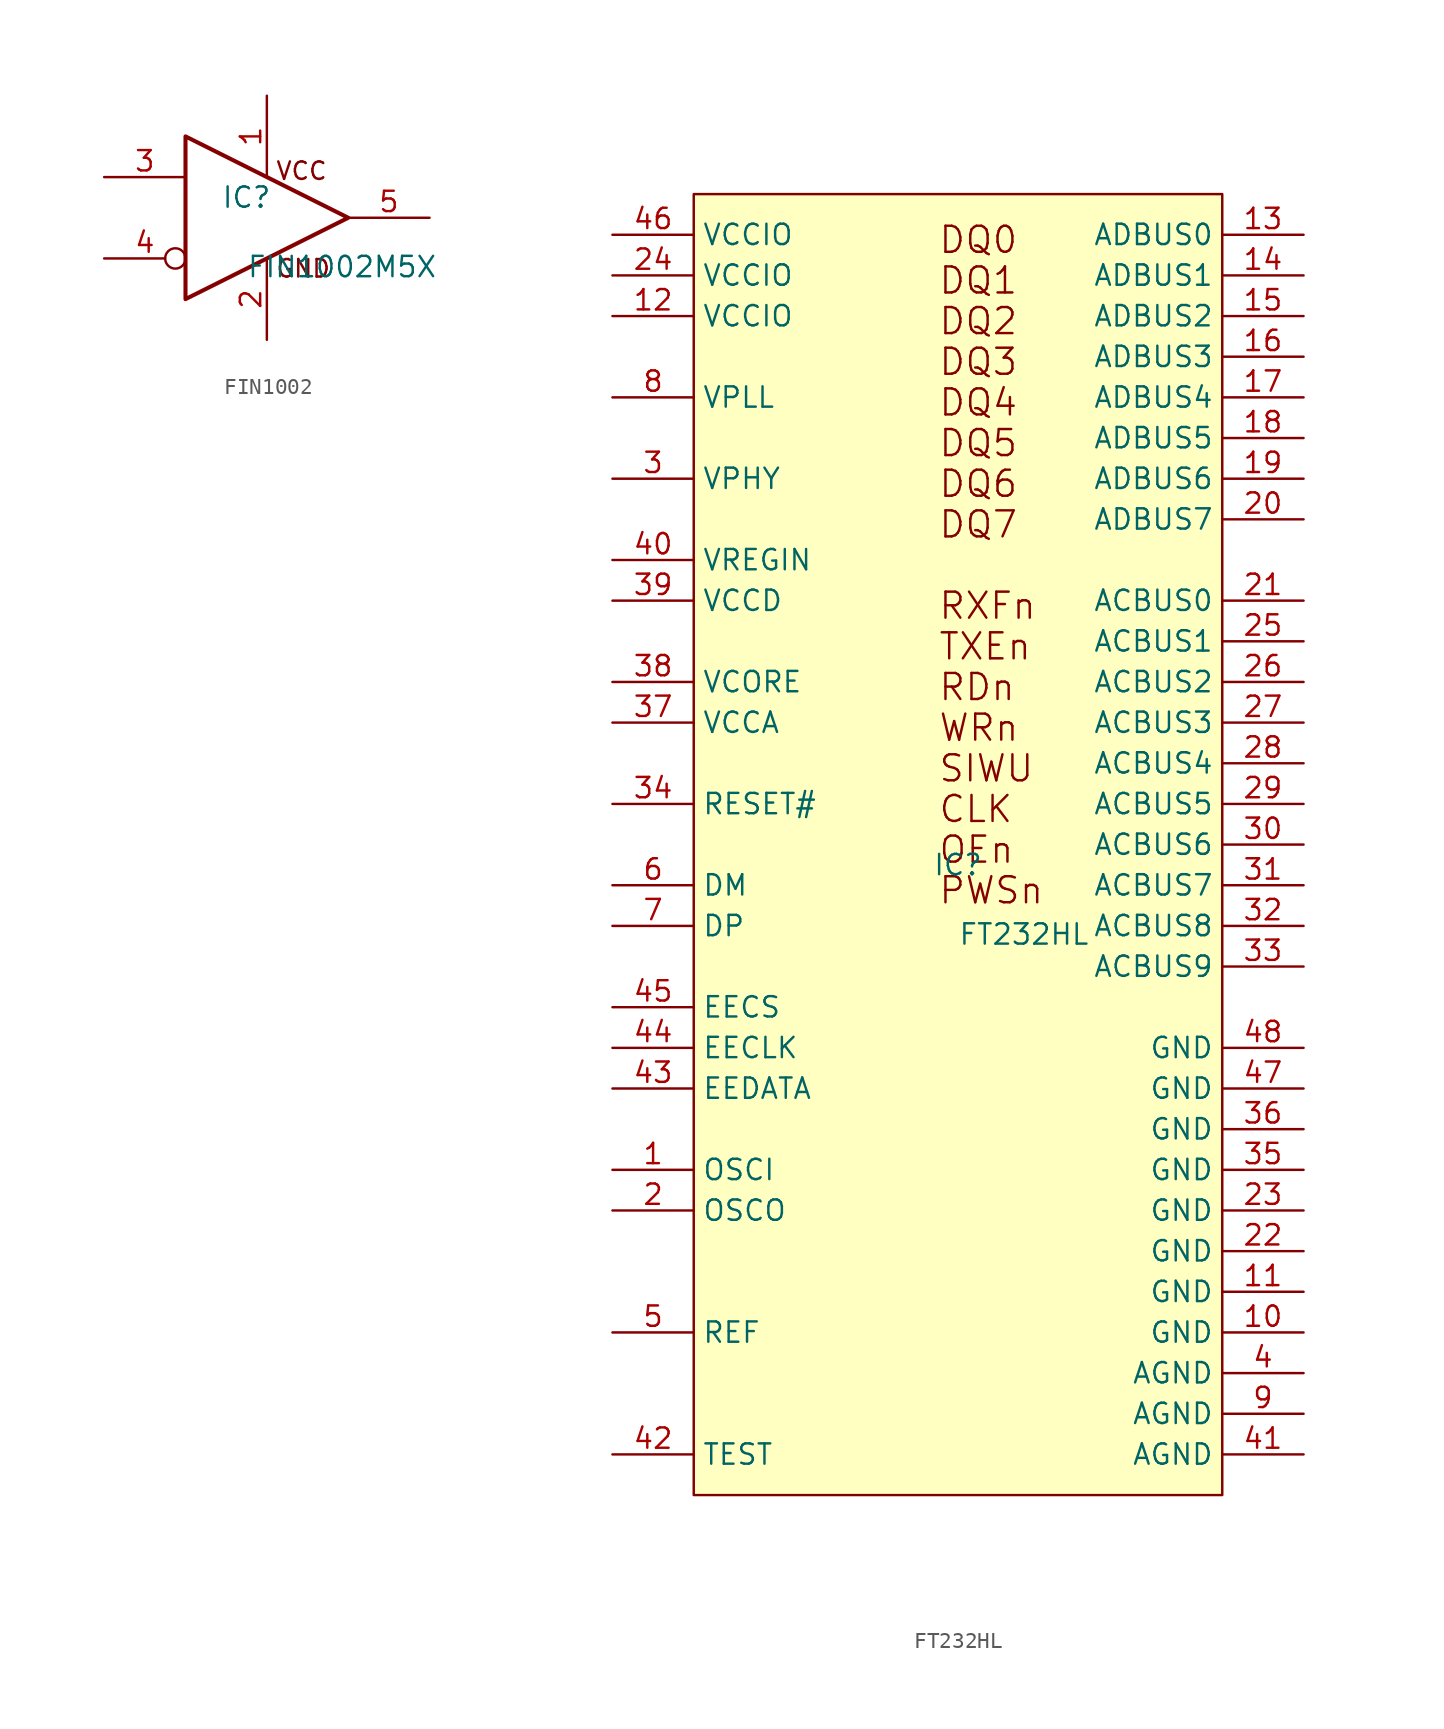
<source format=kicad_sym>
(kicad_symbol_lib
  (version 20231120)
  (generator "kicad_symbol_editor")
  (generator_version "8.0")
  (symbol "FIN1002"
    (property "Reference" "IC"
      (at -1.27 1.27 0)
      (effects (font (size 1.27 1.27))))
    (property "Value" "FIN1002M5X"
      (at -1.27 -3.81 0)
      (effects (font (size 1.27 1.27)) (justify left bottom)))
    (symbol "FIN1002_1_0"
      (polyline (pts (xy -5.08 5.08) (xy -5.08 -5.08) (xy 5.08 0) (xy -5.08 5.08)) (stroke (width 0.254) (type solid)) (fill (type none)))
      (text "GND" (at 0.508 -3.81 0) (effects (font (size 1.092 1.092)) (justify left bottom)))
      (text "VCC" (at 0.508 2.286 0) (effects (font (size 1.092 1.092)) (justify left bottom)))
      (pin power_in line (at 0 7.62 270) (length 5.08) (name "VCC" (effects (font (size 0 0)))) (number "1" (effects (font (size 1.27 1.27)))))
      (pin power_in line (at 0 -7.62 90) (length 5.08) (name "" (effects (font (size 0 0)))) (number "2" (effects (font (size 1.27 1.27)))))
      (pin input line (at -10.16 2.54 0) (length 5.08) (name "" (effects (font (size 0 0)))) (number "3" (effects (font (size 1.27 1.27)))))
      (pin input inverted (at -10.16 -2.54 0) (length 5.08) (name "" (effects (font (size 0 0)))) (number "4" (effects (font (size 1.27 1.27)))))
      (pin output line (at 10.16 0 180) (length 5.08) (name "" (effects (font (size 0 0)))) (number "5" (effects (font (size 1.27 1.27)))))))
  (symbol "FT232HL"
    (property "Reference" "IC"
      (at -1.27 1.27 0)
      (effects (font (size 1.27 1.27))))
    (property "Value" "FT232HL"
      (at -1.27 -3.81 0)
      (effects (font (size 1.27 1.27)) (justify left bottom)))
    (symbol "FT232HL_1_0"
      (rectangle (start -17.78 43.18) (end 15.24 -38.1) (stroke (width 0) (type solid) (color 128 0 0 1)) (fill (type background)))
      (text "CLK" (at -2.54 3.81 0) (effects (font (size 1.626 1.626)) (justify left bottom)))
      (text "DQ0" (at -2.54 39.37 0) (effects (font (size 1.626 1.626)) (justify left bottom)))
      (text "DQ1" (at -2.54 36.83 0) (effects (font (size 1.626 1.626)) (justify left bottom)))
      (text "DQ2" (at -2.54 34.29 0) (effects (font (size 1.626 1.626)) (justify left bottom)))
      (text "DQ3" (at -2.54 31.75 0) (effects (font (size 1.626 1.626)) (justify left bottom)))
      (text "DQ4" (at -2.54 29.21 0) (effects (font (size 1.626 1.626)) (justify left bottom)))
      (text "DQ5" (at -2.54 26.67 0) (effects (font (size 1.626 1.626)) (justify left bottom)))
      (text "DQ6" (at -2.54 24.13 0) (effects (font (size 1.626 1.626)) (justify left bottom)))
      (text "DQ7" (at -2.54 21.59 0) (effects (font (size 1.626 1.626)) (justify left bottom)))
      (text "OEn" (at -2.54 1.27 0) (effects (font (size 1.626 1.626)) (justify left bottom)))
      (text "PWSn" (at -2.54 -1.27 0) (effects (font (size 1.626 1.626)) (justify left bottom)))
      (text "RDn" (at -2.54 11.43 0) (effects (font (size 1.626 1.626)) (justify left bottom)))
      (text "RXFn" (at -2.54 16.51 0) (effects (font (size 1.626 1.626)) (justify left bottom)))
      (text "SIWU" (at -2.54 6.35 0) (effects (font (size 1.626 1.626)) (justify left bottom)))
      (text "TXEn" (at -2.54 13.97 0) (effects (font (size 1.626 1.626)) (justify left bottom)))
      (text "WRn" (at -2.54 8.89 0) (effects (font (size 1.626 1.626)) (justify left bottom)))
      (pin input line (at -22.86 -17.78 0) (length 5.08) (name "OSCI" (effects (font (size 1.27 1.27)))) (number "1" (effects (font (size 1.27 1.27)))))
      (pin power_in line (at 20.32 -27.94 180) (length 5.08) (name "GND" (effects (font (size 1.27 1.27)))) (number "10" (effects (font (size 1.27 1.27)))))
      (pin power_in line (at 20.32 -25.4 180) (length 5.08) (name "GND" (effects (font (size 1.27 1.27)))) (number "11" (effects (font (size 1.27 1.27)))))
      (pin power_in line (at -22.86 35.56 0) (length 5.08) (name "VCCIO" (effects (font (size 1.27 1.27)))) (number "12" (effects (font (size 1.27 1.27)))))
      (pin bidirectional line (at 20.32 40.64 180) (length 5.08) (name "ADBUS0" (effects (font (size 1.27 1.27)))) (number "13" (effects (font (size 1.27 1.27)))))
      (pin bidirectional line (at 20.32 38.1 180) (length 5.08) (name "ADBUS1" (effects (font (size 1.27 1.27)))) (number "14" (effects (font (size 1.27 1.27)))))
      (pin bidirectional line (at 20.32 35.56 180) (length 5.08) (name "ADBUS2" (effects (font (size 1.27 1.27)))) (number "15" (effects (font (size 1.27 1.27)))))
      (pin bidirectional line (at 20.32 33.02 180) (length 5.08) (name "ADBUS3" (effects (font (size 1.27 1.27)))) (number "16" (effects (font (size 1.27 1.27)))))
      (pin bidirectional line (at 20.32 30.48 180) (length 5.08) (name "ADBUS4" (effects (font (size 1.27 1.27)))) (number "17" (effects (font (size 1.27 1.27)))))
      (pin bidirectional line (at 20.32 27.94 180) (length 5.08) (name "ADBUS5" (effects (font (size 1.27 1.27)))) (number "18" (effects (font (size 1.27 1.27)))))
      (pin bidirectional line (at 20.32 25.4 180) (length 5.08) (name "ADBUS6" (effects (font (size 1.27 1.27)))) (number "19" (effects (font (size 1.27 1.27)))))
      (pin output line (at -22.86 -20.32 0) (length 5.08) (name "OSCO" (effects (font (size 1.27 1.27)))) (number "2" (effects (font (size 1.27 1.27)))))
      (pin bidirectional line (at 20.32 22.86 180) (length 5.08) (name "ADBUS7" (effects (font (size 1.27 1.27)))) (number "20" (effects (font (size 1.27 1.27)))))
      (pin bidirectional line (at 20.32 17.78 180) (length 5.08) (name "ACBUS0" (effects (font (size 1.27 1.27)))) (number "21" (effects (font (size 1.27 1.27)))))
      (pin power_in line (at 20.32 -22.86 180) (length 5.08) (name "GND" (effects (font (size 1.27 1.27)))) (number "22" (effects (font (size 1.27 1.27)))))
      (pin power_in line (at 20.32 -20.32 180) (length 5.08) (name "GND" (effects (font (size 1.27 1.27)))) (number "23" (effects (font (size 1.27 1.27)))))
      (pin power_in line (at -22.86 38.1 0) (length 5.08) (name "VCCIO" (effects (font (size 1.27 1.27)))) (number "24" (effects (font (size 1.27 1.27)))))
      (pin bidirectional line (at 20.32 15.24 180) (length 5.08) (name "ACBUS1" (effects (font (size 1.27 1.27)))) (number "25" (effects (font (size 1.27 1.27)))))
      (pin bidirectional line (at 20.32 12.7 180) (length 5.08) (name "ACBUS2" (effects (font (size 1.27 1.27)))) (number "26" (effects (font (size 1.27 1.27)))))
      (pin bidirectional line (at 20.32 10.16 180) (length 5.08) (name "ACBUS3" (effects (font (size 1.27 1.27)))) (number "27" (effects (font (size 1.27 1.27)))))
      (pin bidirectional line (at 20.32 7.62 180) (length 5.08) (name "ACBUS4" (effects (font (size 1.27 1.27)))) (number "28" (effects (font (size 1.27 1.27)))))
      (pin bidirectional line (at 20.32 5.08 180) (length 5.08) (name "ACBUS5" (effects (font (size 1.27 1.27)))) (number "29" (effects (font (size 1.27 1.27)))))
      (pin power_in line (at -22.86 25.4 0) (length 5.08) (name "VPHY" (effects (font (size 1.27 1.27)))) (number "3" (effects (font (size 1.27 1.27)))))
      (pin bidirectional line (at 20.32 2.54 180) (length 5.08) (name "ACBUS6" (effects (font (size 1.27 1.27)))) (number "30" (effects (font (size 1.27 1.27)))))
      (pin bidirectional line (at 20.32 0 180) (length 5.08) (name "ACBUS7" (effects (font (size 1.27 1.27)))) (number "31" (effects (font (size 1.27 1.27)))))
      (pin bidirectional line (at 20.32 -2.54 180) (length 5.08) (name "ACBUS8" (effects (font (size 1.27 1.27)))) (number "32" (effects (font (size 1.27 1.27)))))
      (pin bidirectional line (at 20.32 -5.08 180) (length 5.08) (name "ACBUS9" (effects (font (size 1.27 1.27)))) (number "33" (effects (font (size 1.27 1.27)))))
      (pin input line (at -22.86 5.08 0) (length 5.08) (name "RESET#" (effects (font (size 1.27 1.27)))) (number "34" (effects (font (size 1.27 1.27)))))
      (pin power_in line (at 20.32 -17.78 180) (length 5.08) (name "GND" (effects (font (size 1.27 1.27)))) (number "35" (effects (font (size 1.27 1.27)))))
      (pin power_in line (at 20.32 -15.24 180) (length 5.08) (name "GND" (effects (font (size 1.27 1.27)))) (number "36" (effects (font (size 1.27 1.27)))))
      (pin power_in line (at -22.86 10.16 0) (length 5.08) (name "VCCA" (effects (font (size 1.27 1.27)))) (number "37" (effects (font (size 1.27 1.27)))))
      (pin power_in line (at -22.86 12.7 0) (length 5.08) (name "VCORE" (effects (font (size 1.27 1.27)))) (number "38" (effects (font (size 1.27 1.27)))))
      (pin power_in line (at -22.86 17.78 0) (length 5.08) (name "VCCD" (effects (font (size 1.27 1.27)))) (number "39" (effects (font (size 1.27 1.27)))))
      (pin power_in line (at 20.32 -30.48 180) (length 5.08) (name "AGND" (effects (font (size 1.27 1.27)))) (number "4" (effects (font (size 1.27 1.27)))))
      (pin power_in line (at -22.86 20.32 0) (length 5.08) (name "VREGIN" (effects (font (size 1.27 1.27)))) (number "40" (effects (font (size 1.27 1.27)))))
      (pin power_in line (at 20.32 -35.56 180) (length 5.08) (name "AGND" (effects (font (size 1.27 1.27)))) (number "41" (effects (font (size 1.27 1.27)))))
      (pin input line (at -22.86 -35.56 0) (length 5.08) (name "TEST" (effects (font (size 1.27 1.27)))) (number "42" (effects (font (size 1.27 1.27)))))
      (pin bidirectional line (at -22.86 -12.7 0) (length 5.08) (name "EEDATA" (effects (font (size 1.27 1.27)))) (number "43" (effects (font (size 1.27 1.27)))))
      (pin output line (at -22.86 -10.16 0) (length 5.08) (name "EECLK" (effects (font (size 1.27 1.27)))) (number "44" (effects (font (size 1.27 1.27)))))
      (pin bidirectional line (at -22.86 -7.62 0) (length 5.08) (name "EECS" (effects (font (size 1.27 1.27)))) (number "45" (effects (font (size 1.27 1.27)))))
      (pin power_in line (at -22.86 40.64 0) (length 5.08) (name "VCCIO" (effects (font (size 1.27 1.27)))) (number "46" (effects (font (size 1.27 1.27)))))
      (pin power_in line (at 20.32 -12.7 180) (length 5.08) (name "GND" (effects (font (size 1.27 1.27)))) (number "47" (effects (font (size 1.27 1.27)))))
      (pin power_in line (at 20.32 -10.16 180) (length 5.08) (name "GND" (effects (font (size 1.27 1.27)))) (number "48" (effects (font (size 1.27 1.27)))))
      (pin input line (at -22.86 -27.94 0) (length 5.08) (name "REF" (effects (font (size 1.27 1.27)))) (number "5" (effects (font (size 1.27 1.27)))))
      (pin input line (at -22.86 0 0) (length 5.08) (name "DM" (effects (font (size 1.27 1.27)))) (number "6" (effects (font (size 1.27 1.27)))))
      (pin input line (at -22.86 -2.54 0) (length 5.08) (name "DP" (effects (font (size 1.27 1.27)))) (number "7" (effects (font (size 1.27 1.27)))))
      (pin power_in line (at -22.86 30.48 0) (length 5.08) (name "VPLL" (effects (font (size 1.27 1.27)))) (number "8" (effects (font (size 1.27 1.27)))))
      (pin power_in line (at 20.32 -33.02 180) (length 5.08) (name "AGND" (effects (font (size 1.27 1.27)))) (number "9" (effects (font (size 1.27 1.27))))))))
</source>
